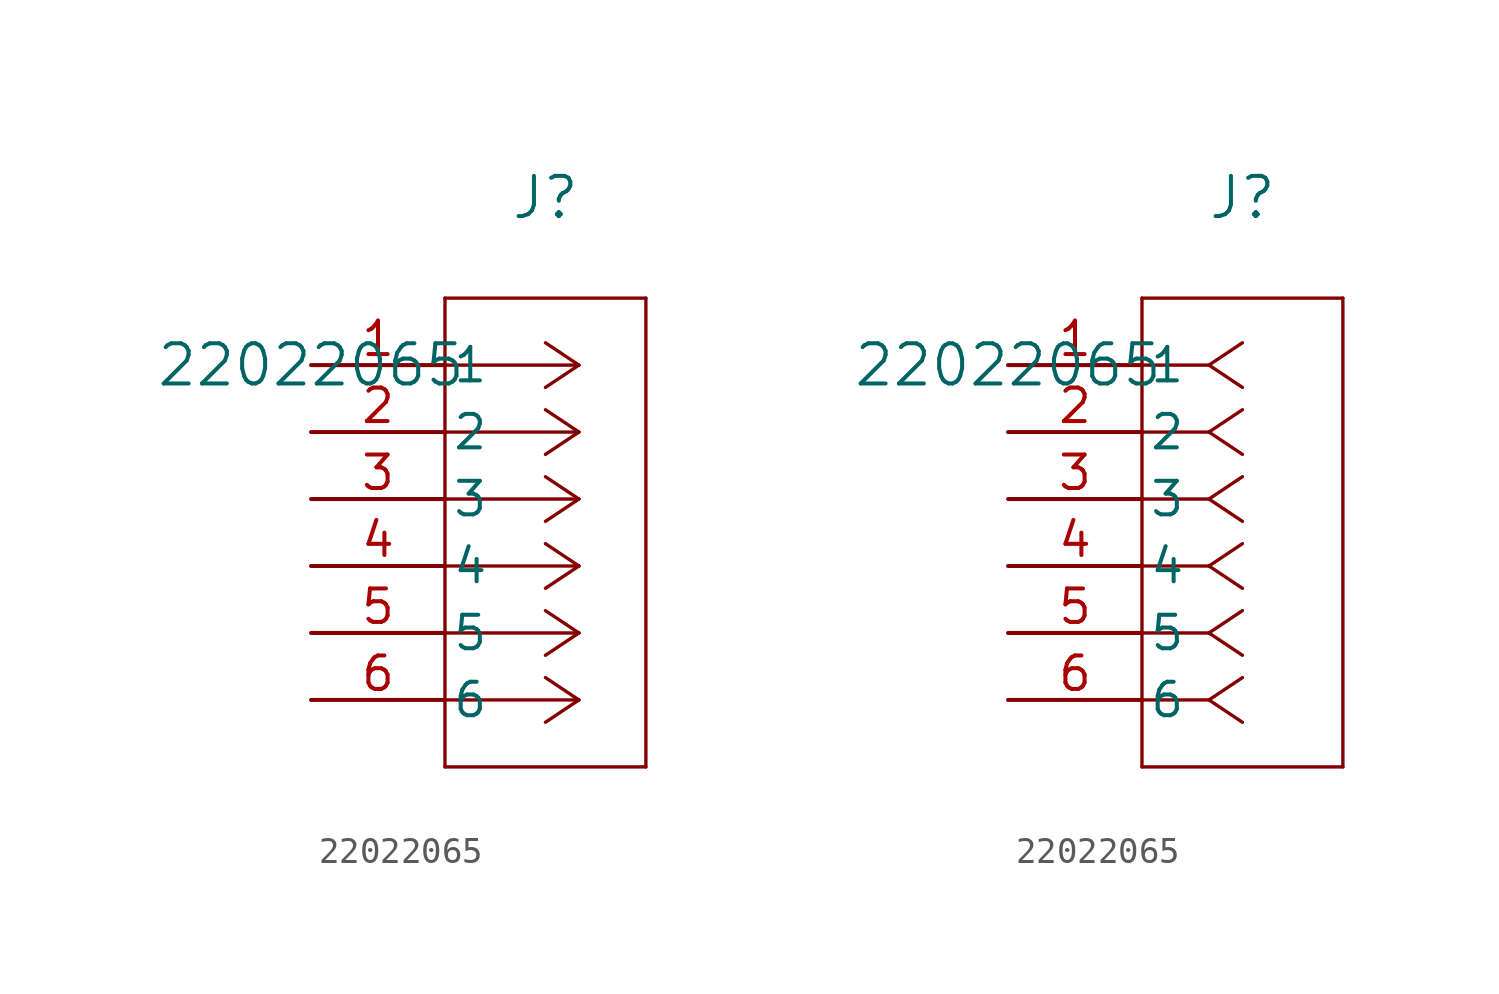
<source format=kicad_sym>
(kicad_symbol_lib
  (version 20211014)
  (generator kicad_symbol_editor)
  (symbol "22022065"
    (pin_names
      (offset 0.254))
    (property "Reference" "J"
      (at 8.89 6.35 0)
      (effects (font (size 1.524 1.524))))
    (property "Value" "22022065"
      (at 0 0 0)
      (effects (font (size 1.524 1.524))))
    (symbol "22022065_1_1"
      (polyline (pts (xy 10.16 0) (xy 5.08 0)) (stroke (width 0.127) (type default) (color 0 0 0 0)) (fill (type none)))
      (polyline (pts (xy 10.16 -2.54) (xy 5.08 -2.54)) (stroke (width 0.127) (type default) (color 0 0 0 0)) (fill (type none)))
      (polyline (pts (xy 10.16 -5.08) (xy 5.08 -5.08)) (stroke (width 0.127) (type default) (color 0 0 0 0)) (fill (type none)))
      (polyline (pts (xy 10.16 -7.62) (xy 5.08 -7.62)) (stroke (width 0.127) (type default) (color 0 0 0 0)) (fill (type none)))
      (polyline (pts (xy 10.16 -10.16) (xy 5.08 -10.16)) (stroke (width 0.127) (type default) (color 0 0 0 0)) (fill (type none)))
      (polyline (pts (xy 10.16 -12.7) (xy 5.08 -12.7)) (stroke (width 0.127) (type default) (color 0 0 0 0)) (fill (type none)))
      (polyline (pts (xy 10.16 0) (xy 8.89 0.847)) (stroke (width 0.127) (type default) (color 0 0 0 0)) (fill (type none)))
      (polyline (pts (xy 10.16 -2.54) (xy 8.89 -1.693)) (stroke (width 0.127) (type default) (color 0 0 0 0)) (fill (type none)))
      (polyline (pts (xy 10.16 -5.08) (xy 8.89 -4.233)) (stroke (width 0.127) (type default) (color 0 0 0 0)) (fill (type none)))
      (polyline (pts (xy 10.16 -7.62) (xy 8.89 -6.773)) (stroke (width 0.127) (type default) (color 0 0 0 0)) (fill (type none)))
      (polyline (pts (xy 10.16 -10.16) (xy 8.89 -9.313)) (stroke (width 0.127) (type default) (color 0 0 0 0)) (fill (type none)))
      (polyline (pts (xy 10.16 -12.7) (xy 8.89 -11.853)) (stroke (width 0.127) (type default) (color 0 0 0 0)) (fill (type none)))
      (polyline (pts (xy 10.16 0) (xy 8.89 -0.847)) (stroke (width 0.127) (type default) (color 0 0 0 0)) (fill (type none)))
      (polyline (pts (xy 10.16 -2.54) (xy 8.89 -3.387)) (stroke (width 0.127) (type default) (color 0 0 0 0)) (fill (type none)))
      (polyline (pts (xy 10.16 -5.08) (xy 8.89 -5.927)) (stroke (width 0.127) (type default) (color 0 0 0 0)) (fill (type none)))
      (polyline (pts (xy 10.16 -7.62) (xy 8.89 -8.467)) (stroke (width 0.127) (type default) (color 0 0 0 0)) (fill (type none)))
      (polyline (pts (xy 10.16 -10.16) (xy 8.89 -11.007)) (stroke (width 0.127) (type default) (color 0 0 0 0)) (fill (type none)))
      (polyline (pts (xy 10.16 -12.7) (xy 8.89 -13.547)) (stroke (width 0.127) (type default) (color 0 0 0 0)) (fill (type none)))
      (polyline (pts (xy 5.08 2.54) (xy 5.08 -15.24)) (stroke (width 0.127) (type default) (color 0 0 0 0)) (fill (type none)))
      (polyline (pts (xy 5.08 -15.24) (xy 12.7 -15.24)) (stroke (width 0.127) (type default) (color 0 0 0 0)) (fill (type none)))
      (polyline (pts (xy 12.7 -15.24) (xy 12.7 2.54)) (stroke (width 0.127) (type default) (color 0 0 0 0)) (fill (type none)))
      (polyline (pts (xy 12.7 2.54) (xy 5.08 2.54)) (stroke (width 0.127) (type default) (color 0 0 0 0)) (fill (type none)))
      (pin unspecified line (at 0 0 0) (length 5.08) (name "1" (effects (font (size 1.27 1.27)))) (number "1" (effects (font (size 1.27 1.27)))))
      (pin unspecified line (at 0 -2.54 0) (length 5.08) (name "2" (effects (font (size 1.27 1.27)))) (number "2" (effects (font (size 1.27 1.27)))))
      (pin unspecified line (at 0 -5.08 0) (length 5.08) (name "3" (effects (font (size 1.27 1.27)))) (number "3" (effects (font (size 1.27 1.27)))))
      (pin unspecified line (at 0 -7.62 0) (length 5.08) (name "4" (effects (font (size 1.27 1.27)))) (number "4" (effects (font (size 1.27 1.27)))))
      (pin unspecified line (at 0 -10.16 0) (length 5.08) (name "5" (effects (font (size 1.27 1.27)))) (number "5" (effects (font (size 1.27 1.27)))))
      (pin unspecified line (at 0 -12.7 0) (length 5.08) (name "6" (effects (font (size 1.27 1.27)))) (number "6" (effects (font (size 1.27 1.27))))))
    (symbol "22022065_1_2"
      (polyline (pts (xy 7.62 0) (xy 5.08 0)) (stroke (width 0.127) (type default) (color 0 0 0 0)) (fill (type none)))
      (polyline (pts (xy 7.62 -2.54) (xy 5.08 -2.54)) (stroke (width 0.127) (type default) (color 0 0 0 0)) (fill (type none)))
      (polyline (pts (xy 7.62 -5.08) (xy 5.08 -5.08)) (stroke (width 0.127) (type default) (color 0 0 0 0)) (fill (type none)))
      (polyline (pts (xy 7.62 -7.62) (xy 5.08 -7.62)) (stroke (width 0.127) (type default) (color 0 0 0 0)) (fill (type none)))
      (polyline (pts (xy 7.62 -10.16) (xy 5.08 -10.16)) (stroke (width 0.127) (type default) (color 0 0 0 0)) (fill (type none)))
      (polyline (pts (xy 7.62 -12.7) (xy 5.08 -12.7)) (stroke (width 0.127) (type default) (color 0 0 0 0)) (fill (type none)))
      (polyline (pts (xy 7.62 0) (xy 8.89 0.847)) (stroke (width 0.127) (type default) (color 0 0 0 0)) (fill (type none)))
      (polyline (pts (xy 7.62 -2.54) (xy 8.89 -1.693)) (stroke (width 0.127) (type default) (color 0 0 0 0)) (fill (type none)))
      (polyline (pts (xy 7.62 -5.08) (xy 8.89 -4.233)) (stroke (width 0.127) (type default) (color 0 0 0 0)) (fill (type none)))
      (polyline (pts (xy 7.62 -7.62) (xy 8.89 -6.773)) (stroke (width 0.127) (type default) (color 0 0 0 0)) (fill (type none)))
      (polyline (pts (xy 7.62 -10.16) (xy 8.89 -9.313)) (stroke (width 0.127) (type default) (color 0 0 0 0)) (fill (type none)))
      (polyline (pts (xy 7.62 -12.7) (xy 8.89 -11.853)) (stroke (width 0.127) (type default) (color 0 0 0 0)) (fill (type none)))
      (polyline (pts (xy 7.62 0) (xy 8.89 -0.847)) (stroke (width 0.127) (type default) (color 0 0 0 0)) (fill (type none)))
      (polyline (pts (xy 7.62 -2.54) (xy 8.89 -3.387)) (stroke (width 0.127) (type default) (color 0 0 0 0)) (fill (type none)))
      (polyline (pts (xy 7.62 -5.08) (xy 8.89 -5.927)) (stroke (width 0.127) (type default) (color 0 0 0 0)) (fill (type none)))
      (polyline (pts (xy 7.62 -7.62) (xy 8.89 -8.467)) (stroke (width 0.127) (type default) (color 0 0 0 0)) (fill (type none)))
      (polyline (pts (xy 7.62 -10.16) (xy 8.89 -11.007)) (stroke (width 0.127) (type default) (color 0 0 0 0)) (fill (type none)))
      (polyline (pts (xy 7.62 -12.7) (xy 8.89 -13.547)) (stroke (width 0.127) (type default) (color 0 0 0 0)) (fill (type none)))
      (polyline (pts (xy 5.08 2.54) (xy 5.08 -15.24)) (stroke (width 0.127) (type default) (color 0 0 0 0)) (fill (type none)))
      (polyline (pts (xy 5.08 -15.24) (xy 12.7 -15.24)) (stroke (width 0.127) (type default) (color 0 0 0 0)) (fill (type none)))
      (polyline (pts (xy 12.7 -15.24) (xy 12.7 2.54)) (stroke (width 0.127) (type default) (color 0 0 0 0)) (fill (type none)))
      (polyline (pts (xy 12.7 2.54) (xy 5.08 2.54)) (stroke (width 0.127) (type default) (color 0 0 0 0)) (fill (type none)))
      (pin unspecified line (at 0 0 0) (length 5.08) (name "1" (effects (font (size 1.27 1.27)))) (number "1" (effects (font (size 1.27 1.27)))))
      (pin unspecified line (at 0 -2.54 0) (length 5.08) (name "2" (effects (font (size 1.27 1.27)))) (number "2" (effects (font (size 1.27 1.27)))))
      (pin unspecified line (at 0 -5.08 0) (length 5.08) (name "3" (effects (font (size 1.27 1.27)))) (number "3" (effects (font (size 1.27 1.27)))))
      (pin unspecified line (at 0 -7.62 0) (length 5.08) (name "4" (effects (font (size 1.27 1.27)))) (number "4" (effects (font (size 1.27 1.27)))))
      (pin unspecified line (at 0 -10.16 0) (length 5.08) (name "5" (effects (font (size 1.27 1.27)))) (number "5" (effects (font (size 1.27 1.27)))))
      (pin unspecified line (at 0 -12.7 0) (length 5.08) (name "6" (effects (font (size 1.27 1.27)))) (number "6" (effects (font (size 1.27 1.27))))))))
</source>
